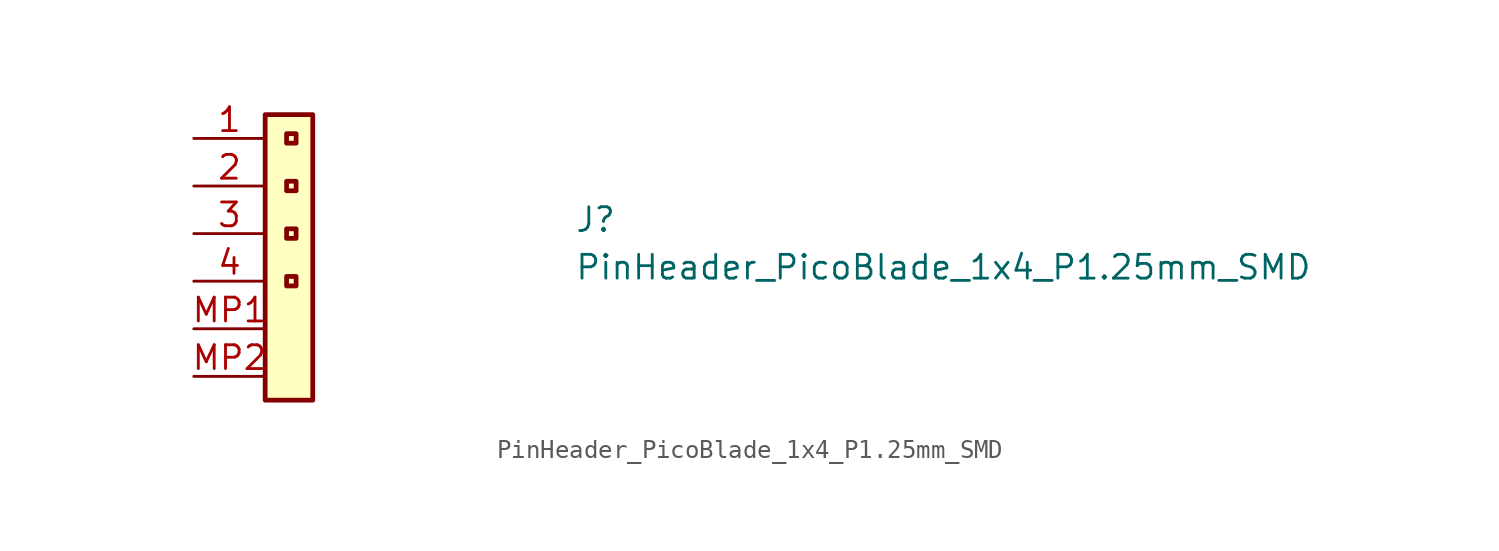
<source format=kicad_sym>
(kicad_symbol_lib
  (version 20211014)
  (generator kicad_symbol_editor)
  (symbol "PinHeader_PicoBlade_1x4_P1.25mm_SMD"
    (pin_names hide)
    (property "Reference" "J"
      (at 20.32 -5.08 0)
      (effects (font (size 1.27 1.27) (thickness 0.15)) (justify left bottom)))
    (property "Value" "PinHeader_PicoBlade_1x4_P1.25mm_SMD"
      (at 20.32 -7.62 0)
      (effects (font (size 1.27 1.27) (thickness 0.15)) (justify left bottom)))
    (symbol "PinHeader_PicoBlade_1x4_P1.25mm_SMD_1_1"
      (rectangle (start 3.81 1.27) (end 6.35 -13.97) (stroke (width 0.254) (type default) (color 0 0 0 0)) (fill (type background)))
      (rectangle (start 4.953 -7.366) (end 5.461 -7.874) (stroke (width 0.254) (type default) (color 0 0 0 0)) (fill (type background)))
      (rectangle (start 4.953 -4.826) (end 5.461 -5.334) (stroke (width 0.254) (type default) (color 0 0 0 0)) (fill (type background)))
      (rectangle (start 4.953 -2.286) (end 5.461 -2.794) (stroke (width 0.254) (type default) (color 0 0 0 0)) (fill (type background)))
      (rectangle (start 4.953 0.254) (end 5.461 -0.254) (stroke (width 0.254) (type default) (color 0 0 0 0)) (fill (type background)))
      (pin passive line (at 0 0 0) (length 3.81) (name "1" (effects (font (size 1.27 1.27)))) (number "1" (effects (font (size 1.27 1.27)))))
      (pin passive line (at 0 -2.54 0) (length 3.81) (name "2" (effects (font (size 1.27 1.27)))) (number "2" (effects (font (size 1.27 1.27)))))
      (pin passive line (at 0 -5.08 0) (length 3.81) (name "3" (effects (font (size 1.27 1.27)))) (number "3" (effects (font (size 1.27 1.27)))))
      (pin passive line (at 0 -7.62 0) (length 3.81) (name "4" (effects (font (size 1.27 1.27)))) (number "4" (effects (font (size 1.27 1.27)))))
      (pin passive line (at 0 -10.16 0) (length 3.81) (name "MP" (effects (font (size 1.27 1.27)))) (number "MP1" (effects (font (size 1.27 1.27)))))
      (pin passive line (at 0 -12.7 0) (length 3.81) (name "MP" (effects (font (size 1.27 1.27)))) (number "MP2" (effects (font (size 1.27 1.27))))))))
</source>
